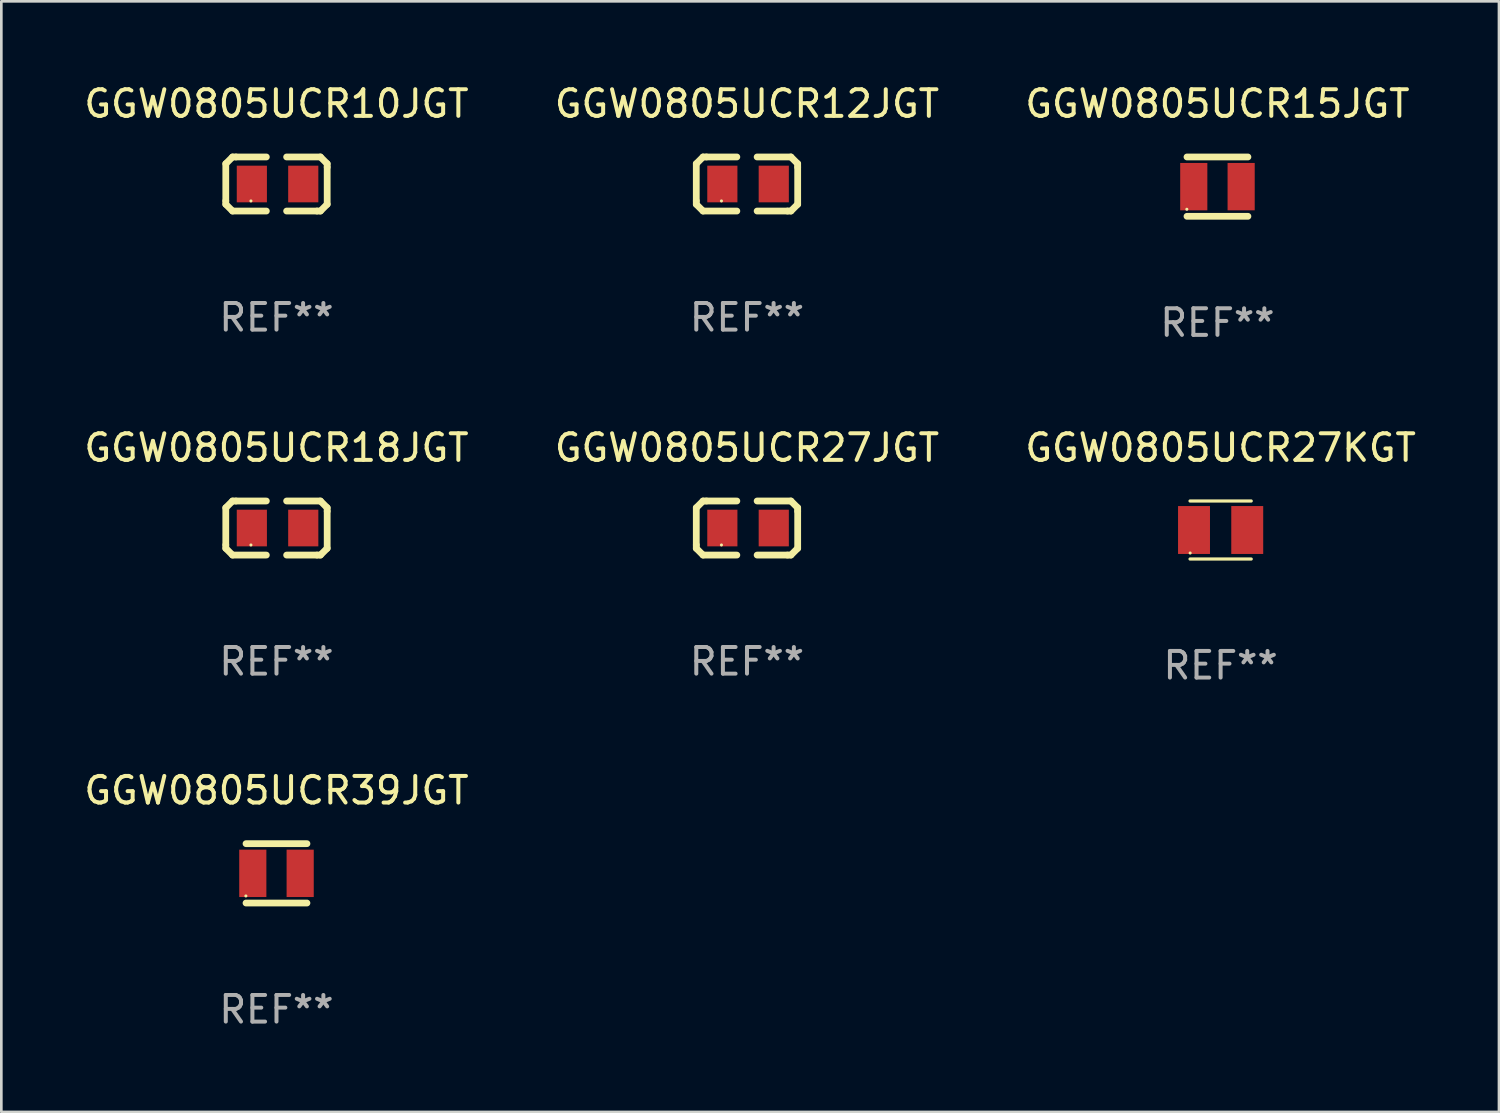
<source format=kicad_pcb>
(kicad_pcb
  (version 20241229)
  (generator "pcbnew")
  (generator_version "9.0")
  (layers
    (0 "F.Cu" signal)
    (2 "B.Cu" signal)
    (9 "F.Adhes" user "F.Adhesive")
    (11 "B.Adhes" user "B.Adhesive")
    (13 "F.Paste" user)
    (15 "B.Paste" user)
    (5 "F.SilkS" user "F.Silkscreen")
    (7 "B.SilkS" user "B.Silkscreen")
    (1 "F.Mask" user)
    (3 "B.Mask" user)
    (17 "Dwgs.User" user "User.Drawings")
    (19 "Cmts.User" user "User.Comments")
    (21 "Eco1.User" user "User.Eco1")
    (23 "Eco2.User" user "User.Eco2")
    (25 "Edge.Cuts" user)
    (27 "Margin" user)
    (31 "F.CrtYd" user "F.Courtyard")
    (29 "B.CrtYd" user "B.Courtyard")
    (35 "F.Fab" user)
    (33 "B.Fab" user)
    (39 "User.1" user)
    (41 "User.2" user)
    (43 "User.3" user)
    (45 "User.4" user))
  (footprint "GGW0805UCR27JGT"
    (layer "F.Cu")
    (at 25.018 16.791)
    (property "Reference" "GGW0805UCR27JGT" (at 0 -3.016 0) (layer "F.SilkS") (effects (font (size 1 1) (thickness 0.15))))
    (attr through_hole)
    (fp_line (start -1.905 -0.762) (end -1.905 0.635) (stroke (width 0.254) (type solid)) (layer "F.SilkS"))
    (fp_line (start -1.905 0.635) (end -1.905 0.762) (stroke (width 0.254) (type solid)) (layer "F.SilkS"))
    (fp_line (start -1.905 0.762) (end -1.651 1.016) (stroke (width 0.254) (type solid)) (layer "F.SilkS"))
    (fp_line (start -1.651 -1.016) (end -1.905 -0.762) (stroke (width 0.254) (type solid)) (layer "F.SilkS"))
    (fp_line (start -1.651 1.016) (end -0.381 1.016) (stroke (width 0.254) (type solid)) (layer "F.SilkS"))
    (fp_line (start -1.524 -1.016) (end -1.651 -1.016) (stroke (width 0.254) (type solid)) (layer "F.SilkS"))
    (fp_line (start -0.381 -1.016) (end -1.524 -1.016) (stroke (width 0.254) (type solid)) (layer "F.SilkS"))
    (fp_line (start 0.381 1.016) (end 1.524 1.016) (stroke (width 0.254) (type solid)) (layer "F.SilkS"))
    (fp_line (start 1.524 1.016) (end 1.651 1.016) (stroke (width 0.254) (type solid)) (layer "F.SilkS"))
    (fp_line (start 1.651 -1.016) (end 0.381 -1.016) (stroke (width 0.254) (type solid)) (layer "F.SilkS"))
    (fp_line (start 1.651 1.016) (end 1.905 0.762) (stroke (width 0.254) (type solid)) (layer "F.SilkS"))
    (fp_line (start 1.905 -0.762) (end 1.651 -1.016) (stroke (width 0.254) (type solid)) (layer "F.SilkS"))
    (fp_line (start 1.905 -0.635) (end 1.905 -0.762) (stroke (width 0.254) (type solid)) (layer "F.SilkS"))
    (fp_line (start 1.905 0.762) (end 1.905 -0.635) (stroke (width 0.254) (type solid)) (layer "F.SilkS"))
    (fp_circle (center -0.96 0.637) (end -0.93 0.637) (stroke (width 0.06) (type solid)) (fill no) (layer "F.SilkS"))
    (fp_text user "REF**" (at 0 5.016 0) (layer "F.Fab") (effects (font (size 1 1) (thickness 0.15))))
    (pad "1" smd rect (at -0.926 -0.000051) (size 1.133 1.377) (layers "F.Cu" "F.Mask" "F.Paste"))
    (pad "2" smd rect (at 1.006 -0.000051) (size 1.133 1.377) (layers "F.Cu" "F.Mask" "F.Paste")))
  (footprint "GGW0805UCR18JGT"
    (layer "F.Cu")
    (at 7.339 16.791)
    (property "Reference" "GGW0805UCR18JGT" (at 0 -3.016 0) (layer "F.SilkS") (effects (font (size 1 1) (thickness 0.15))))
    (attr through_hole)
    (fp_line (start -1.905 -0.762) (end -1.905 0.635) (stroke (width 0.254) (type solid)) (layer "F.SilkS"))
    (fp_line (start -1.905 0.635) (end -1.905 0.762) (stroke (width 0.254) (type solid)) (layer "F.SilkS"))
    (fp_line (start -1.905 0.762) (end -1.651 1.016) (stroke (width 0.254) (type solid)) (layer "F.SilkS"))
    (fp_line (start -1.651 -1.016) (end -1.905 -0.762) (stroke (width 0.254) (type solid)) (layer "F.SilkS"))
    (fp_line (start -1.651 1.016) (end -0.381 1.016) (stroke (width 0.254) (type solid)) (layer "F.SilkS"))
    (fp_line (start -1.524 -1.016) (end -1.651 -1.016) (stroke (width 0.254) (type solid)) (layer "F.SilkS"))
    (fp_line (start -0.381 -1.016) (end -1.524 -1.016) (stroke (width 0.254) (type solid)) (layer "F.SilkS"))
    (fp_line (start 0.381 1.016) (end 1.524 1.016) (stroke (width 0.254) (type solid)) (layer "F.SilkS"))
    (fp_line (start 1.524 1.016) (end 1.651 1.016) (stroke (width 0.254) (type solid)) (layer "F.SilkS"))
    (fp_line (start 1.651 -1.016) (end 0.381 -1.016) (stroke (width 0.254) (type solid)) (layer "F.SilkS"))
    (fp_line (start 1.651 1.016) (end 1.905 0.762) (stroke (width 0.254) (type solid)) (layer "F.SilkS"))
    (fp_line (start 1.905 -0.762) (end 1.651 -1.016) (stroke (width 0.254) (type solid)) (layer "F.SilkS"))
    (fp_line (start 1.905 -0.635) (end 1.905 -0.762) (stroke (width 0.254) (type solid)) (layer "F.SilkS"))
    (fp_line (start 1.905 0.762) (end 1.905 -0.635) (stroke (width 0.254) (type solid)) (layer "F.SilkS"))
    (fp_circle (center -0.96 0.637) (end -0.93 0.637) (stroke (width 0.06) (type solid)) (fill no) (layer "F.SilkS"))
    (fp_text user "REF**" (at 0 5.016 0) (layer "F.Fab") (effects (font (size 1 1) (thickness 0.15))))
    (pad "1" smd rect (at -0.926 -0.000051) (size 1.133 1.377) (layers "F.Cu" "F.Mask" "F.Paste"))
    (pad "2" smd rect (at 1.006 -0.000051) (size 1.133 1.377) (layers "F.Cu" "F.Mask" "F.Paste")))
  (footprint "GGW0805UCR12JGT"
    (layer "F.Cu")
    (at 25.018 3.864)
    (property "Reference" "GGW0805UCR12JGT" (at 0 -3.016 0) (layer "F.SilkS") (effects (font (size 1 1) (thickness 0.15))))
    (attr through_hole)
    (fp_line (start -1.905 -0.762) (end -1.905 0.635) (stroke (width 0.254) (type solid)) (layer "F.SilkS"))
    (fp_line (start -1.905 0.635) (end -1.905 0.762) (stroke (width 0.254) (type solid)) (layer "F.SilkS"))
    (fp_line (start -1.905 0.762) (end -1.651 1.016) (stroke (width 0.254) (type solid)) (layer "F.SilkS"))
    (fp_line (start -1.651 -1.016) (end -1.905 -0.762) (stroke (width 0.254) (type solid)) (layer "F.SilkS"))
    (fp_line (start -1.651 1.016) (end -0.381 1.016) (stroke (width 0.254) (type solid)) (layer "F.SilkS"))
    (fp_line (start -1.524 -1.016) (end -1.651 -1.016) (stroke (width 0.254) (type solid)) (layer "F.SilkS"))
    (fp_line (start -0.381 -1.016) (end -1.524 -1.016) (stroke (width 0.254) (type solid)) (layer "F.SilkS"))
    (fp_line (start 0.381 1.016) (end 1.524 1.016) (stroke (width 0.254) (type solid)) (layer "F.SilkS"))
    (fp_line (start 1.524 1.016) (end 1.651 1.016) (stroke (width 0.254) (type solid)) (layer "F.SilkS"))
    (fp_line (start 1.651 -1.016) (end 0.381 -1.016) (stroke (width 0.254) (type solid)) (layer "F.SilkS"))
    (fp_line (start 1.651 1.016) (end 1.905 0.762) (stroke (width 0.254) (type solid)) (layer "F.SilkS"))
    (fp_line (start 1.905 -0.762) (end 1.651 -1.016) (stroke (width 0.254) (type solid)) (layer "F.SilkS"))
    (fp_line (start 1.905 -0.635) (end 1.905 -0.762) (stroke (width 0.254) (type solid)) (layer "F.SilkS"))
    (fp_line (start 1.905 0.762) (end 1.905 -0.635) (stroke (width 0.254) (type solid)) (layer "F.SilkS"))
    (fp_circle (center -0.96 0.637) (end -0.93 0.637) (stroke (width 0.06) (type solid)) (fill no) (layer "F.SilkS"))
    (fp_text user "REF**" (at 0 5.016 0) (layer "F.Fab") (effects (font (size 1 1) (thickness 0.15))))
    (pad "1" smd rect (at -0.926 -0.000051) (size 1.133 1.377) (layers "F.Cu" "F.Mask" "F.Paste"))
    (pad "2" smd rect (at 1.006 -0.000051) (size 1.133 1.377) (layers "F.Cu" "F.Mask" "F.Paste")))
  (footprint "GGW0805UCR27KGT"
    (layer "F.Cu")
    (at 42.815 16.865)
    (property "Reference" "GGW0805UCR27KGT" (at 0 -3.09 0) (layer "F.SilkS") (effects (font (size 1 1) (thickness 0.15))))
    (attr through_hole)
    (fp_line (start -1.15 1.09) (end 1.15 1.09) (stroke (width 0.12) (type solid)) (layer "F.SilkS"))
    (fp_line (start 1.15 -1.09) (end -1.15 -1.09) (stroke (width 0.12) (type solid)) (layer "F.SilkS"))
    (fp_circle (center -1.145 0.865) (end -1.115 0.865) (stroke (width 0.06) (type solid)) (fill no) (layer "F.SilkS"))
    (fp_text user "REF**" (at 0 5.09 0) (layer "F.Fab") (effects (font (size 1 1) (thickness 0.15))))
    (pad "1" smd rect (at -1 0 90) (size 1.8 1.2) (layers "F.Cu" "F.Mask" "F.Paste"))
    (pad "2" smd rect (at 1 0 90) (size 1.8 1.2) (layers "F.Cu" "F.Mask" "F.Paste")))
  (footprint "GGW0805UCR39JGT"
    (layer "F.Cu")
    (at 7.339 29.766)
    (property "Reference" "GGW0805UCR39JGT" (at 0 -3.115 0) (layer "F.SilkS") (effects (font (size 1 1) (thickness 0.15))))
    (attr through_hole)
    (fp_line (start -1.145 -1.115) (end 1.145 -1.115) (stroke (width 0.254) (type solid)) (layer "F.SilkS"))
    (fp_line (start -1.145 1.115) (end 1.145 1.115) (stroke (width 0.254) (type solid)) (layer "F.SilkS"))
    (fp_circle (center -1.15 0.85) (end -1.12 0.85) (stroke (width 0.06) (type solid)) (fill no) (layer "F.SilkS"))
    (fp_text user "REF**" (at 0 5.115 0) (layer "F.Fab") (effects (font (size 1 1) (thickness 0.15))))
    (pad "1" smd rect (at -0.89 0 90) (size 1.78 1.02) (layers "F.Cu" "F.Mask" "F.Paste"))
    (pad "2" smd rect (at 0.89 0 90) (size 1.78 1.02) (layers "F.Cu" "F.Mask" "F.Paste")))
  (footprint "GGW0805UCR15JGT"
    (layer "F.Cu")
    (at 42.696 3.963)
    (property "Reference" "GGW0805UCR15JGT" (at 0 -3.115 0) (layer "F.SilkS") (effects (font (size 1 1) (thickness 0.15))))
    (attr through_hole)
    (fp_line (start -1.145 -1.115) (end 1.145 -1.115) (stroke (width 0.254) (type solid)) (layer "F.SilkS"))
    (fp_line (start -1.145 1.115) (end 1.145 1.115) (stroke (width 0.254) (type solid)) (layer "F.SilkS"))
    (fp_circle (center -1.15 0.85) (end -1.12 0.85) (stroke (width 0.06) (type solid)) (fill no) (layer "F.SilkS"))
    (fp_text user "REF**" (at 0 5.115 0) (layer "F.Fab") (effects (font (size 1 1) (thickness 0.15))))
    (pad "1" smd rect (at -0.89 0 90) (size 1.78 1.02) (layers "F.Cu" "F.Mask" "F.Paste"))
    (pad "2" smd rect (at 0.89 0 90) (size 1.78 1.02) (layers "F.Cu" "F.Mask" "F.Paste")))
  (footprint "GGW0805UCR10JGT"
    (layer "F.Cu")
    (at 7.339 3.864)
    (property "Reference" "GGW0805UCR10JGT" (at 0 -3.016 0) (layer "F.SilkS") (effects (font (size 1 1) (thickness 0.15))))
    (attr through_hole)
    (fp_line (start -1.905 -0.762) (end -1.905 0.635) (stroke (width 0.254) (type solid)) (layer "F.SilkS"))
    (fp_line (start -1.905 0.635) (end -1.905 0.762) (stroke (width 0.254) (type solid)) (layer "F.SilkS"))
    (fp_line (start -1.905 0.762) (end -1.651 1.016) (stroke (width 0.254) (type solid)) (layer "F.SilkS"))
    (fp_line (start -1.651 -1.016) (end -1.905 -0.762) (stroke (width 0.254) (type solid)) (layer "F.SilkS"))
    (fp_line (start -1.651 1.016) (end -0.381 1.016) (stroke (width 0.254) (type solid)) (layer "F.SilkS"))
    (fp_line (start -1.524 -1.016) (end -1.651 -1.016) (stroke (width 0.254) (type solid)) (layer "F.SilkS"))
    (fp_line (start -0.381 -1.016) (end -1.524 -1.016) (stroke (width 0.254) (type solid)) (layer "F.SilkS"))
    (fp_line (start 0.381 1.016) (end 1.524 1.016) (stroke (width 0.254) (type solid)) (layer "F.SilkS"))
    (fp_line (start 1.524 1.016) (end 1.651 1.016) (stroke (width 0.254) (type solid)) (layer "F.SilkS"))
    (fp_line (start 1.651 -1.016) (end 0.381 -1.016) (stroke (width 0.254) (type solid)) (layer "F.SilkS"))
    (fp_line (start 1.651 1.016) (end 1.905 0.762) (stroke (width 0.254) (type solid)) (layer "F.SilkS"))
    (fp_line (start 1.905 -0.762) (end 1.651 -1.016) (stroke (width 0.254) (type solid)) (layer "F.SilkS"))
    (fp_line (start 1.905 -0.635) (end 1.905 -0.762) (stroke (width 0.254) (type solid)) (layer "F.SilkS"))
    (fp_line (start 1.905 0.762) (end 1.905 -0.635) (stroke (width 0.254) (type solid)) (layer "F.SilkS"))
    (fp_circle (center -0.96 0.637) (end -0.93 0.637) (stroke (width 0.06) (type solid)) (fill no) (layer "F.SilkS"))
    (fp_text user "REF**" (at 0 5.016 0) (layer "F.Fab") (effects (font (size 1 1) (thickness 0.15))))
    (pad "1" smd rect (at -0.926 -0.000051) (size 1.133 1.377) (layers "F.Cu" "F.Mask" "F.Paste"))
    (pad "2" smd rect (at 1.006 -0.000051) (size 1.133 1.377) (layers "F.Cu" "F.Mask" "F.Paste")))
  (gr_rect
    (start -3 -3)
    (end 53.274 38.73)
    (stroke (width 0.1) (type default))
    (fill no)
    (layer "Edge.Cuts")))
</source>
